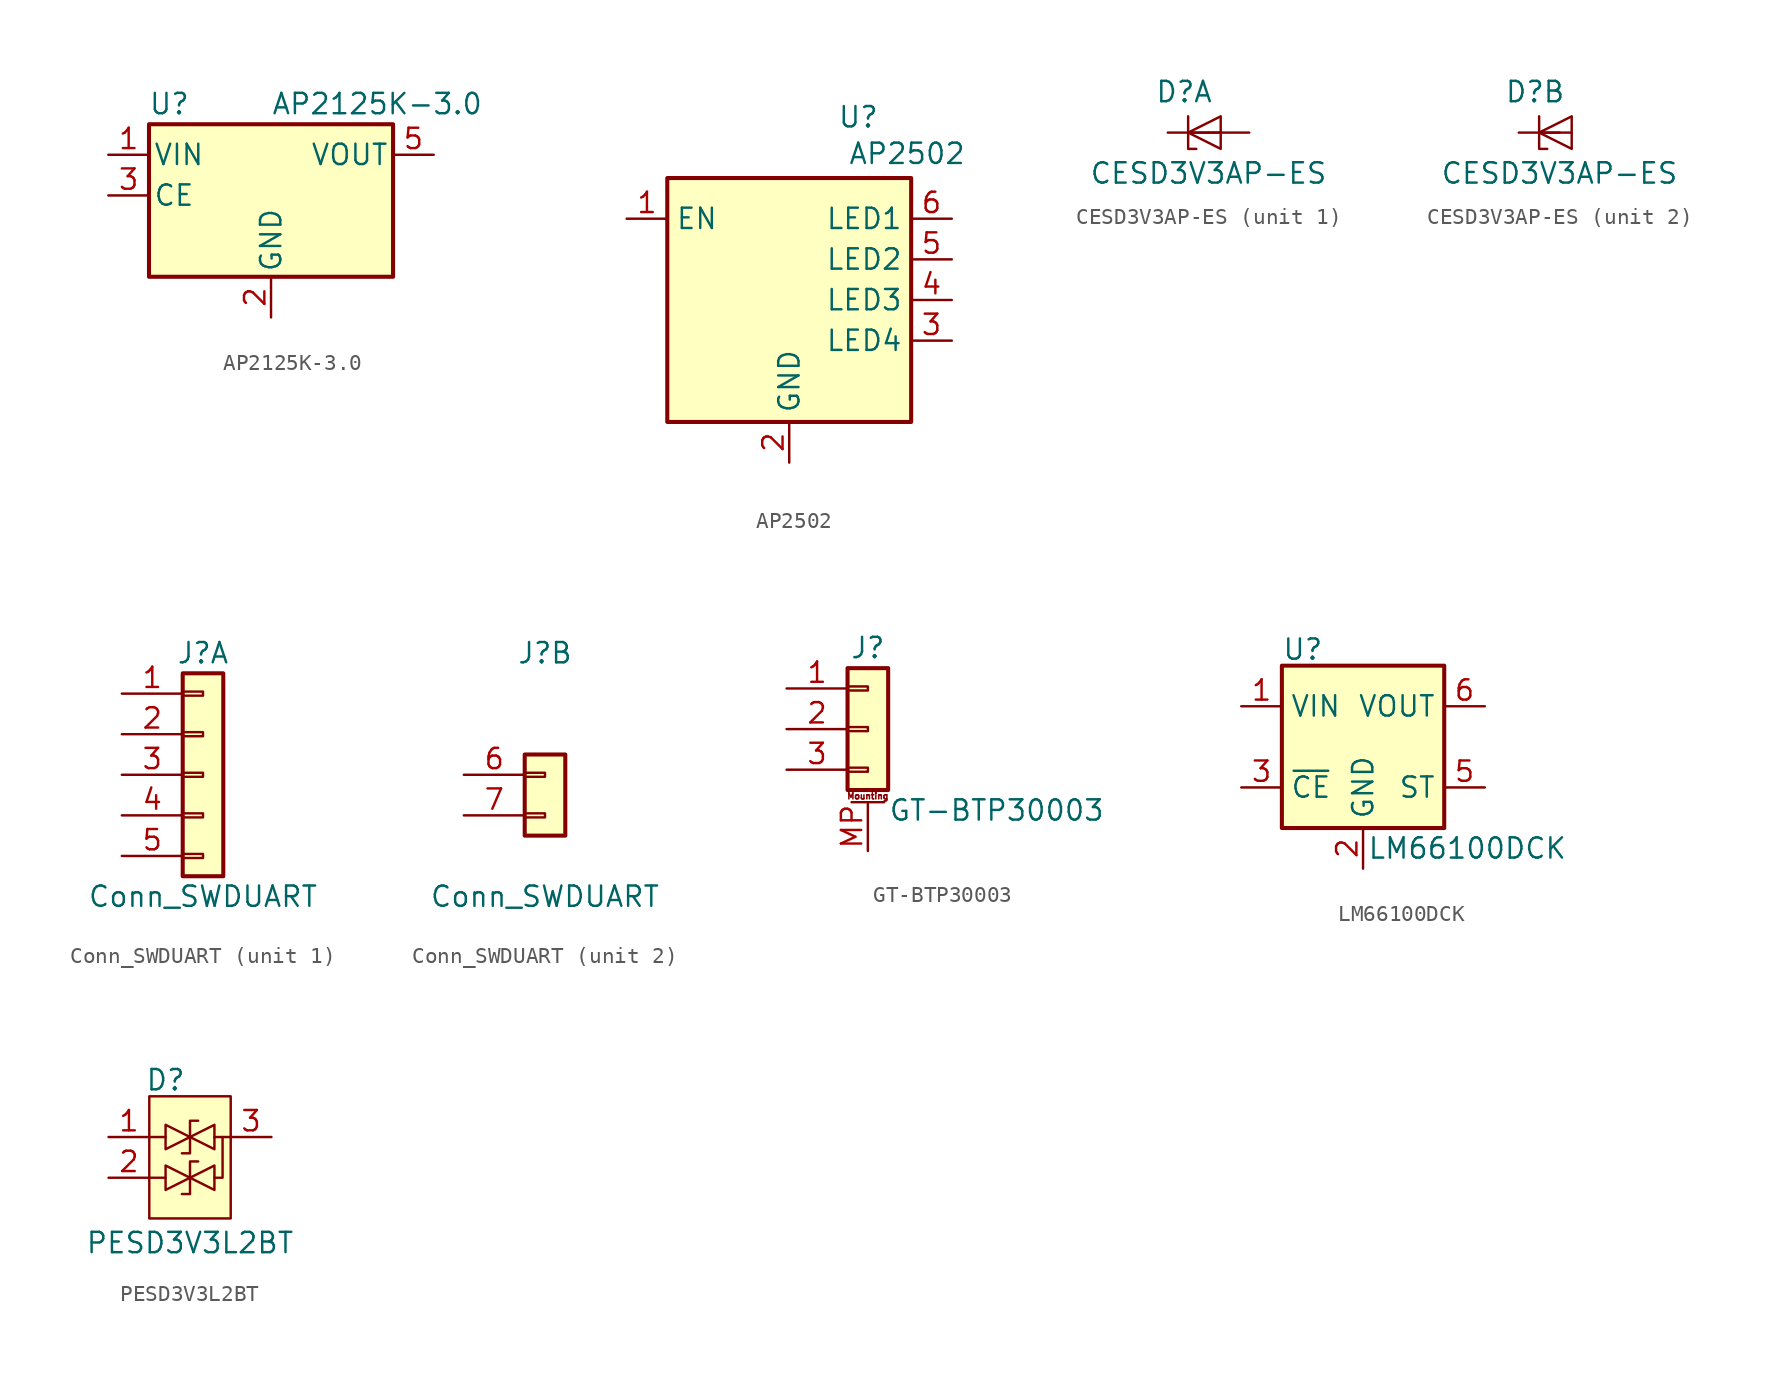
<source format=kicad_sym>
(kicad_symbol_lib
  (version 20241209)
  (generator "kicad_symbol_editor")
  (generator_version "9.0")
  (symbol "AP2125K-3.0"
    (pin_names
      (offset 0.254))
    (property "Reference" "U"
      (at -6.35 5.715 0)
      (effects (font (size 1.27 1.27))))
    (property "Value" "AP2125K-3.0"
      (at 0 5.715 0)
      (effects (font (size 1.27 1.27)) (justify left)))
    (symbol "AP2125K-3.0_0_1"
      (rectangle (start -7.62 -5.08) (end 7.62 4.445) (stroke (width 0.254) (type default)) (fill (type background))))
    (symbol "AP2125K-3.0_1_1"
      (pin power_in line (at -10.16 2.54 0) (length 2.54) (name "VIN" (effects (font (size 1.27 1.27)))) (number "1" (effects (font (size 1.27 1.27)))))
      (pin input line (at -10.16 0 0) (length 2.54) (name "CE" (effects (font (size 1.27 1.27)))) (number "3" (effects (font (size 1.27 1.27)))))
      (pin power_in line (at 0 -7.62 90) (length 2.54) (name "GND" (effects (font (size 1.27 1.27)))) (number "2" (effects (font (size 1.27 1.27)))))
      (pin passive line (at 0 -7.62 90) (length 2.54) (hide yes) (name "NC" (effects (font (size 1.27 1.27)))) (number "4" (effects (font (size 1.27 1.27)))))
      (pin power_out line (at 10.16 2.54 180) (length 2.54) (name "VOUT" (effects (font (size 1.27 1.27)))) (number "5" (effects (font (size 1.27 1.27)))))))
  (symbol "AP2502"
    (property "Reference" "U"
      (at 4.318 11.43 0)
      (effects (font (size 1.27 1.27))))
    (property "Value" "AP2502"
      (at 7.366 9.144 0)
      (effects (font (size 1.27 1.27))))
    (symbol "AP2502_0_1"
      (rectangle (start -7.62 7.62) (end 7.62 -7.62) (stroke (width 0.254) (type default)) (fill (type background))))
    (symbol "AP2502_1_1"
      (pin input line (at -10.16 5.08 0) (length 2.54) (name "EN" (effects (font (size 1.27 1.27)))) (number "1" (effects (font (size 1.27 1.27)))))
      (pin power_in line (at 0 -10.16 90) (length 2.54) (name "GND" (effects (font (size 1.27 1.27)))) (number "2" (effects (font (size 1.27 1.27)))))
      (pin passive line (at 10.16 5.08 180) (length 2.54) (name "LED1" (effects (font (size 1.27 1.27)))) (number "6" (effects (font (size 1.27 1.27)))))
      (pin input line (at 10.16 2.54 180) (length 2.54) (name "LED2" (effects (font (size 1.27 1.27)))) (number "5" (effects (font (size 1.27 1.27)))))
      (pin passive line (at 10.16 0 180) (length 2.54) (name "LED3" (effects (font (size 1.27 1.27)))) (number "4" (effects (font (size 1.27 1.27)))))
      (pin passive line (at 10.16 -2.54 180) (length 2.54) (name "LED4" (effects (font (size 1.27 1.27)))) (number "3" (effects (font (size 1.27 1.27)))))))
  (symbol "CESD3V3AP-ES"
    (pin_numbers
      (hide yes))
    (pin_names
      (hide yes))
    (property "Reference" "D"
      (at -1.524 2.54 0)
      (effects (font (size 1.27 1.27))))
    (property "Value" "CESD3V3AP-ES"
      (at 0 -2.54 0)
      (effects (font (size 1.27 1.27))))
    (property "ki_locked" ""
      (at 0 0 0)
      (effects (font (size 1.27 1.27))))
    (symbol "CESD3V3AP-ES_0_1"
      (polyline (pts (xy -1.27 1.016) (xy -1.27 -1.016) (xy -0.762 -1.016)) (stroke (width 0) (type default)) (fill (type none)))
      (polyline (pts (xy 0.762 1.016) (xy -1.27 0) (xy 0.762 -1.016) (xy 0.762 1.016)) (stroke (width 0) (type default)) (fill (type none)))
      (polyline (pts (xy 0.762 0) (xy -1.27 0)) (stroke (width 0) (type default)) (fill (type none))))
    (symbol "CESD3V3AP-ES_1_1"
      (pin passive line (at -2.54 0 0) (length 2.54) (name "K1" (effects (font (size 1.27 1.27)))) (number "1" (effects (font (size 1.27 1.27)))))
      (pin passive line (at 2.54 0 180) (length 2.54) (name "A" (effects (font (size 1.27 1.27)))) (number "3" (effects (font (size 1.27 1.27))))))
    (symbol "CESD3V3AP-ES_2_1"
      (pin passive line (at -2.54 0 0) (length 2.54) (name "K2" (effects (font (size 1.27 1.27)))) (number "2" (effects (font (size 1.27 1.27)))))))
  (symbol "Conn_SWDUART"
    (pin_names
      (offset 1.016)
      (hide yes))
    (property "Reference" "J"
      (at 0 7.62 0)
      (effects (font (size 1.27 1.27))))
    (property "Value" "Conn_SWDUART"
      (at 0 -7.62 0)
      (effects (font (size 1.27 1.27))))
    (property "ki_locked" ""
      (at 0 0 0)
      (effects (font (size 1.27 1.27))))
    (symbol "Conn_SWDUART_1_1"
      (rectangle (start -1.27 6.35) (end 1.27 -6.35) (stroke (width 0.254) (type default)) (fill (type background)))
      (rectangle (start -1.27 5.207) (end 0 4.953) (stroke (width 0.152) (type default)) (fill (type none)))
      (rectangle (start -1.27 2.667) (end 0 2.413) (stroke (width 0.152) (type default)) (fill (type none)))
      (rectangle (start -1.27 0.127) (end 0 -0.127) (stroke (width 0.152) (type default)) (fill (type none)))
      (rectangle (start -1.27 -2.413) (end 0 -2.667) (stroke (width 0.152) (type default)) (fill (type none)))
      (rectangle (start -1.27 -4.953) (end 0 -5.207) (stroke (width 0.152) (type default)) (fill (type none)))
      (pin passive line (at -5.08 5.08 0) (length 3.81) (name "Pin_1" (effects (font (size 1.27 1.27)))) (number "1" (effects (font (size 1.27 1.27)))))
      (pin passive line (at -5.08 2.54 0) (length 3.81) (name "Pin_2" (effects (font (size 1.27 1.27)))) (number "2" (effects (font (size 1.27 1.27)))))
      (pin passive line (at -5.08 0 0) (length 3.81) (name "Pin_3" (effects (font (size 1.27 1.27)))) (number "3" (effects (font (size 1.27 1.27)))))
      (pin passive line (at -5.08 -2.54 0) (length 3.81) (name "Pin_4" (effects (font (size 1.27 1.27)))) (number "4" (effects (font (size 1.27 1.27)))))
      (pin passive line (at -5.08 -5.08 0) (length 3.81) (name "Pin_5" (effects (font (size 1.27 1.27)))) (number "5" (effects (font (size 1.27 1.27))))))
    (symbol "Conn_SWDUART_2_1"
      (rectangle (start -1.27 1.27) (end 1.27 -3.81) (stroke (width 0.254) (type default)) (fill (type background)))
      (rectangle (start -1.27 0.127) (end 0 -0.127) (stroke (width 0.152) (type default)) (fill (type none)))
      (rectangle (start -1.27 -2.413) (end 0 -2.667) (stroke (width 0.152) (type default)) (fill (type none)))
      (pin passive line (at -5.08 0 0) (length 3.81) (name "Pin_1" (effects (font (size 1.27 1.27)))) (number "6" (effects (font (size 1.27 1.27)))))
      (pin passive line (at -5.08 -2.54 0) (length 3.81) (name "Pin_2" (effects (font (size 1.27 1.27)))) (number "7" (effects (font (size 1.27 1.27)))))))
  (symbol "GT-BTP30003"
    (pin_names
      (offset 1.016)
      (hide yes))
    (property "Reference" "J"
      (at 0 5.08 0)
      (effects (font (size 1.27 1.27))))
    (property "Value" "GT-BTP30003"
      (at 1.27 -5.08 0)
      (effects (font (size 1.27 1.27)) (justify left)))
    (symbol "GT-BTP30003_1_1"
      (rectangle (start -1.27 3.81) (end 1.27 -3.81) (stroke (width 0.254) (type default)) (fill (type background)))
      (rectangle (start -1.27 2.667) (end 0 2.413) (stroke (width 0.152) (type default)) (fill (type none)))
      (rectangle (start -1.27 0.127) (end 0 -0.127) (stroke (width 0.152) (type default)) (fill (type none)))
      (rectangle (start -1.27 -2.413) (end 0 -2.667) (stroke (width 0.152) (type default)) (fill (type none)))
      (polyline (pts (xy -1.016 -4.572) (xy 1.016 -4.572)) (stroke (width 0.152) (type default)) (fill (type none)))
      (text "Mounting" (at 0 -4.191 0) (effects (font (size 0.381 0.381))))
      (pin passive line (at -5.08 2.54 0) (length 3.81) (name "Pin_1" (effects (font (size 1.27 1.27)))) (number "1" (effects (font (size 1.27 1.27)))))
      (pin passive line (at -5.08 0 0) (length 3.81) (name "Pin_2" (effects (font (size 1.27 1.27)))) (number "2" (effects (font (size 1.27 1.27)))))
      (pin passive line (at -5.08 -2.54 0) (length 3.81) (name "Pin_3" (effects (font (size 1.27 1.27)))) (number "3" (effects (font (size 1.27 1.27)))))
      (pin passive line (at 0 -7.62 90) (length 3.048) (name "MountPin" (effects (font (size 1.27 1.27)))) (number "MP" (effects (font (size 1.27 1.27)))))))
  (symbol "LM66100DCK"
    (property "Reference" "U"
      (at -5.08 6.096 0)
      (effects (font (size 1.27 1.27)) (justify left)))
    (property "Value" "LM66100DCK"
      (at 0.254 -6.35 0)
      (effects (font (size 1.27 1.27)) (justify left)))
    (symbol "LM66100DCK_0_1"
      (rectangle (start -5.08 5.08) (end 5.08 -5.08) (stroke (width 0.254) (type default)) (fill (type background))))
    (symbol "LM66100DCK_1_1"
      (pin power_in line (at -7.62 2.54 0) (length 2.54) (name "VIN" (effects (font (size 1.27 1.27)))) (number "1" (effects (font (size 1.27 1.27)))))
      (pin input line (at -7.62 -2.54 0) (length 2.54) (name "~{CE}" (effects (font (size 1.27 1.27)))) (number "3" (effects (font (size 1.27 1.27)))))
      (pin no_connect line (at 0 5.08 270) (length 2.54) (hide yes) (name "NC" (effects (font (size 1.27 1.27)))) (number "4" (effects (font (size 1.27 1.27)))))
      (pin power_in line (at 0 -7.62 90) (length 2.54) (name "GND" (effects (font (size 1.27 1.27)))) (number "2" (effects (font (size 1.27 1.27)))))
      (pin power_out line (at 7.62 2.54 180) (length 2.54) (name "VOUT" (effects (font (size 1.27 1.27)))) (number "6" (effects (font (size 1.27 1.27)))))
      (pin open_collector line (at 7.62 -2.54 180) (length 2.54) (name "ST" (effects (font (size 1.27 1.27)))) (number "5" (effects (font (size 1.27 1.27)))))))
  (symbol "PESD3V3L2BT"
    (pin_names
      (offset 0.002)
      (hide yes))
    (property "Reference" "D"
      (at -1.524 3.556 0)
      (effects (font (size 1.27 1.27))))
    (property "Value" "PESD3V3L2BT"
      (at 0 -6.604 0)
      (effects (font (size 1.27 1.27))))
    (symbol "PESD3V3L2BT_0_1"
      (polyline (pts (xy -1.524 0.762) (xy 0 0) (xy -1.524 -0.762) (xy -1.524 0.762)) (stroke (width 0) (type default)) (fill (type none)))
      (polyline (pts (xy -1.524 -1.778) (xy 0 -2.54) (xy -1.524 -3.302) (xy -1.524 -1.778)) (stroke (width 0) (type default)) (fill (type none)))
      (polyline (pts (xy 1.524 0.762) (xy 0 0) (xy 1.524 -0.762) (xy 1.524 0.762)) (stroke (width 0) (type default)) (fill (type none)))
      (polyline (pts (xy 1.524 -1.778) (xy 0 -2.54) (xy 1.524 -3.302) (xy 1.524 -1.778)) (stroke (width 0) (type default)) (fill (type none))))
    (symbol "PESD3V3L2BT_1_1"
      (rectangle (start -2.54 2.54) (end 2.54 -5.08) (stroke (width 0) (type default)) (fill (type background)))
      (polyline (pts (xy -2.54 0) (xy -1.524 0)) (stroke (width 0) (type default)) (fill (type none)))
      (polyline (pts (xy -2.54 -2.54) (xy -1.524 -2.54)) (stroke (width 0) (type default)) (fill (type none)))
      (polyline (pts (xy -0.508 -1.016) (xy 0 -1.016) (xy 0 1.016) (xy 0.508 1.016)) (stroke (width 0) (type default)) (fill (type none)))
      (polyline (pts (xy -0.508 -3.556) (xy 0 -3.556) (xy 0 -1.524) (xy 0.508 -1.524)) (stroke (width 0) (type default)) (fill (type none)))
      (polyline (pts (xy 2.032 0) (xy 2.032 -2.54) (xy 1.524 -2.54)) (stroke (width 0) (type default)) (fill (type none)))
      (polyline (pts (xy 2.54 0) (xy 1.524 0)) (stroke (width 0) (type default)) (fill (type none)))
      (pin passive line (at -5.08 0 0) (length 2.54) (name "IO1" (effects (font (size 1.27 1.27)))) (number "1" (effects (font (size 1.27 1.27)))))
      (pin passive line (at -5.08 -2.54 0) (length 2.54) (name "IO2" (effects (font (size 1.27 1.27)))) (number "2" (effects (font (size 1.27 1.27)))))
      (pin passive line (at 5.08 0 180) (length 2.54) (name "GND" (effects (font (size 1.27 1.27)))) (number "3" (effects (font (size 1.27 1.27))))))))
</source>
